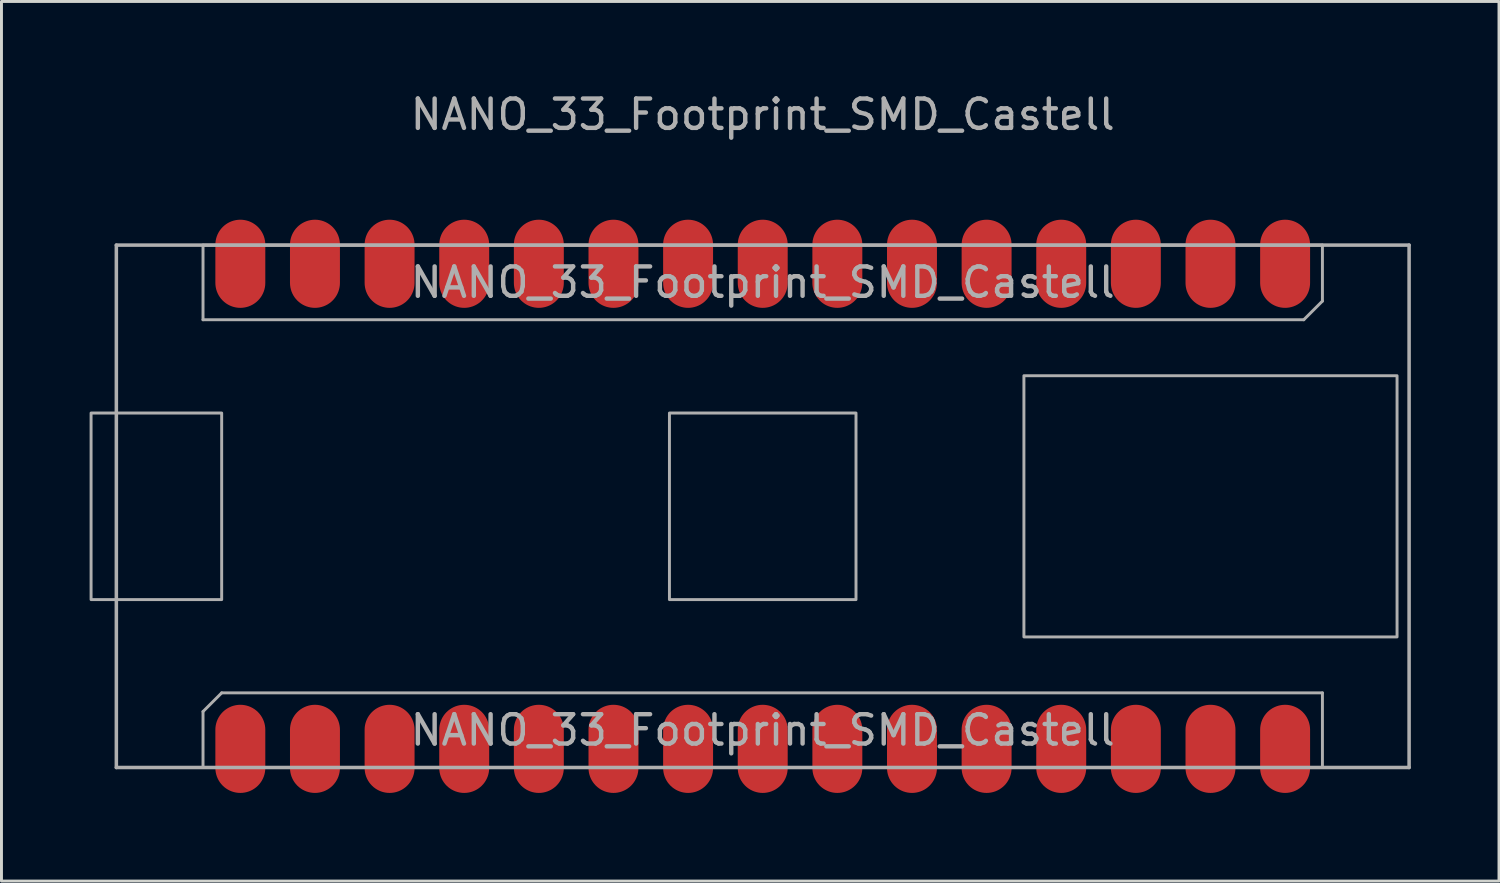
<source format=kicad_pcb>
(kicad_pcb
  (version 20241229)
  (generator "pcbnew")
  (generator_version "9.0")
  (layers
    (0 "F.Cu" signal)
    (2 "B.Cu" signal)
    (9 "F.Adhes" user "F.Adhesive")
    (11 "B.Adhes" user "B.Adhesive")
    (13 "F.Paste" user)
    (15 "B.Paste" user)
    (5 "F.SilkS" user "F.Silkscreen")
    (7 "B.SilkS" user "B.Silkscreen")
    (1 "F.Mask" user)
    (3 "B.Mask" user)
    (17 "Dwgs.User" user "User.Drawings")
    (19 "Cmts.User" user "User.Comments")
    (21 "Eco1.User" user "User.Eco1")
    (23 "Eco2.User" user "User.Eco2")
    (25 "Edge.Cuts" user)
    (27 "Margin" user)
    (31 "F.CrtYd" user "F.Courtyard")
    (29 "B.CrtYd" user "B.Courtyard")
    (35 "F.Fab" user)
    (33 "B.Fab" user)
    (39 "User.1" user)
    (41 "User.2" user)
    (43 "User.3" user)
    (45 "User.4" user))
  (footprint "NANO_33_Footprint_SMD_Castell"
    (layer "F.Cu")
    (at 22.91 14.183)
    (property "Reference" "NANO_33_Footprint_SMD_Castell" (at 0 -13.335 0) (layer "F.Fab") (effects (font (size 1 1) (thickness 0.15))))
    (attr through_hole)
    (fp_line (start -22 -8.89) (end 22 -8.89) (stroke (width 0.12) (type solid)) (layer "F.Fab"))
    (fp_line (start -22 8.89) (end -22 -8.89) (stroke (width 0.12) (type solid)) (layer "F.Fab"))
    (fp_line (start -22 8.89) (end 22 8.89) (stroke (width 0.12) (type solid)) (layer "F.Fab"))
    (fp_line (start -19.05 -8.89) (end 19.05 -8.89) (stroke (width 0.1) (type solid)) (layer "F.Fab"))
    (fp_line (start -19.05 -6.35) (end -19.05 -8.89) (stroke (width 0.1) (type solid)) (layer "F.Fab"))
    (fp_line (start -19.05 6.985) (end -18.415 6.35) (stroke (width 0.1) (type solid)) (layer "F.Fab"))
    (fp_line (start -19.05 8.89) (end -19.05 6.985) (stroke (width 0.1) (type solid)) (layer "F.Fab"))
    (fp_line (start -18.415 6.35) (end 19.05 6.35) (stroke (width 0.1) (type solid)) (layer "F.Fab"))
    (fp_line (start 18.415 -6.35) (end -19.05 -6.35) (stroke (width 0.1) (type solid)) (layer "F.Fab"))
    (fp_line (start 19.05 -8.89) (end 19.05 -6.985) (stroke (width 0.1) (type solid)) (layer "F.Fab"))
    (fp_line (start 19.05 -6.985) (end 18.415 -6.35) (stroke (width 0.1) (type solid)) (layer "F.Fab"))
    (fp_line (start 19.05 6.35) (end 19.05 8.89) (stroke (width 0.1) (type solid)) (layer "F.Fab"))
    (fp_line (start 19.05 8.89) (end -19.05 8.89) (stroke (width 0.1) (type solid)) (layer "F.Fab"))
    (fp_line (start 22 8.89) (end 22 -8.89) (stroke (width 0.12) (type solid)) (layer "F.Fab"))
    (fp_poly (pts (xy -22.86 3.175) (xy -18.415 3.175) (xy -18.415 -3.175) (xy -22.86 -3.175)) (stroke (width 0.1) (type solid)) (fill no) (layer "F.Fab"))
    (fp_poly (pts (xy -3.175 3.175) (xy 3.175 3.175) (xy 3.175 -3.175) (xy -3.175 -3.175)) (stroke (width 0.1) (type solid)) (fill no) (layer "F.Fab"))
    (fp_poly (pts (xy 8.89 4.445) (xy 21.59 4.445) (xy 21.59 -4.445) (xy 8.89 -4.445)) (stroke (width 0.1) (type solid)) (fill no) (layer "F.Fab"))
    (fp_text user "${REFERENCE}" (at 0 7.62 180) (layer "F.Fab") (effects (font (size 1 1) (thickness 0.15))))
    (fp_text user "${REFERENCE}" (at 0 -7.62 0) (layer "F.Fab") (effects (font (size 1 1) (thickness 0.15))))
    (pad "1" smd oval (at -17.78 8.255 90) (size 3 1.7) (layers "F.Cu" "F.Mask"))
    (pad "1" smd oval (at 17.78 -8.255 270) (size 3 1.7) (layers "F.Cu" "F.Mask"))
    (pad "2" smd oval (at -15.24 8.255 90) (size 3 1.7) (layers "F.Cu" "F.Mask"))
    (pad "2" smd oval (at 15.24 -8.255 270) (size 3 1.7) (layers "F.Cu" "F.Mask"))
    (pad "3" smd oval (at -12.7 8.255 90) (size 3 1.7) (layers "F.Cu" "F.Mask"))
    (pad "3" smd oval (at 12.7 -8.255 270) (size 3 1.7) (layers "F.Cu" "F.Mask"))
    (pad "4" smd oval (at -10.16 8.255 90) (size 3 1.7) (layers "F.Cu" "F.Mask"))
    (pad "4" smd oval (at 10.16 -8.255 270) (size 3 1.7) (layers "F.Cu" "F.Mask"))
    (pad "5" smd oval (at -7.62 8.255 90) (size 3 1.7) (layers "F.Cu" "F.Mask"))
    (pad "5" smd oval (at 7.62 -8.255 270) (size 3 1.7) (layers "F.Cu" "F.Mask"))
    (pad "6" smd oval (at -5.08 8.255 90) (size 3 1.7) (layers "F.Cu" "F.Mask"))
    (pad "6" smd oval (at 5.08 -8.255 270) (size 3 1.7) (layers "F.Cu" "F.Mask"))
    (pad "7" smd oval (at -2.54 8.255 90) (size 3 1.7) (layers "F.Cu" "F.Mask"))
    (pad "7" smd oval (at 2.54 -8.255 270) (size 3 1.7) (layers "F.Cu" "F.Mask"))
    (pad "8" smd oval (at 0 -8.255 270) (size 3 1.7) (layers "F.Cu" "F.Mask"))
    (pad "8" smd oval (at 0 8.255 90) (size 3 1.7) (layers "F.Cu" "F.Mask"))
    (pad "9" smd oval (at -2.54 -8.255 270) (size 3 1.7) (layers "F.Cu" "F.Mask"))
    (pad "9" smd oval (at 2.54 8.255 90) (size 3 1.7) (layers "F.Cu" "F.Mask"))
    (pad "10" smd oval (at -5.08 -8.255 270) (size 3 1.7) (layers "F.Cu" "F.Mask"))
    (pad "10" smd oval (at 5.08 8.255 90) (size 3 1.7) (layers "F.Cu" "F.Mask"))
    (pad "11" smd oval (at -7.62 -8.255 270) (size 3 1.7) (layers "F.Cu" "F.Mask"))
    (pad "11" smd oval (at 7.62 8.255 90) (size 3 1.7) (layers "F.Cu" "F.Mask"))
    (pad "12" smd oval (at -10.16 -8.255 270) (size 3 1.7) (layers "F.Cu" "F.Mask"))
    (pad "12" smd oval (at 10.16 8.255 90) (size 3 1.7) (layers "F.Cu" "F.Mask"))
    (pad "13" smd oval (at -12.7 -8.255 270) (size 3 1.7) (layers "F.Cu" "F.Mask"))
    (pad "13" smd oval (at 12.7 8.255 90) (size 3 1.7) (layers "F.Cu" "F.Mask"))
    (pad "14" smd oval (at -15.24 -8.255 270) (size 3 1.7) (layers "F.Cu" "F.Mask"))
    (pad "14" smd oval (at 15.24 8.255 90) (size 3 1.7) (layers "F.Cu" "F.Mask"))
    (pad "15" smd oval (at -17.78 -8.255 270) (size 3 1.7) (layers "F.Cu" "F.Mask"))
    (pad "15" smd oval (at 17.78 8.255 90) (size 3 1.7) (layers "F.Cu" "F.Mask")))
  (gr_rect
    (start -3 -3)
    (end 47.97 26.938)
    (stroke (width 0.1) (type default))
    (fill no)
    (layer "Edge.Cuts")))
</source>
